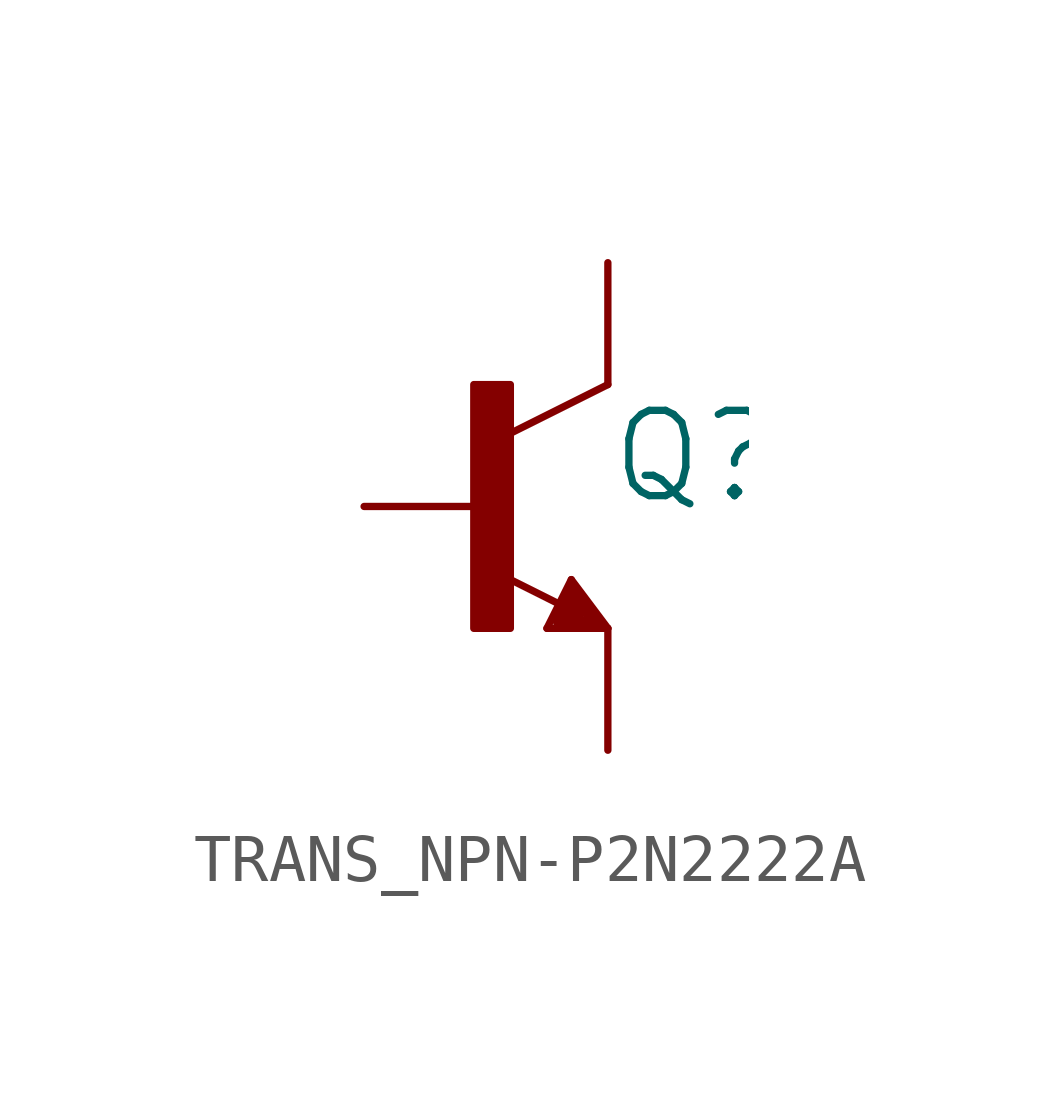
<source format=kicad_sym>
(kicad_symbol_lib
  (version 20241209)
  (generator "kicad_symbol_editor")
  (generator_version "9.0")
  (symbol "TRANS_NPN-P2N2222A"
    (property "Reference" "Q"
      (at 2.54 0 0)
      (effects (font (size 1.778 1.778)) (justify left bottom)))
    (property "Value" ""
      (at 2.54 -2.286 0)
      (effects (font (size 1.778 1.778)) (justify left bottom)))
    (property "ki_locked" ""
      (at 0 0 0)
      (effects (font (size 1.27 1.27))))
    (symbol "TRANS_NPN-P2N2222A_1_0"
      (rectangle (start -0.254 -2.54) (end 0.508 2.54) (stroke (width 0) (type default)) (fill (type outline)))
      (polyline (pts (xy 1.27 -2.54) (xy 1.778 -1.524)) (stroke (width 0.152) (type solid)) (fill (type none)))
      (polyline (pts (xy 1.524 -2.286) (xy 1.905 -2.286)) (stroke (width 0.254) (type solid)) (fill (type none)))
      (polyline (pts (xy 1.524 -2.413) (xy 2.286 -2.413)) (stroke (width 0.254) (type solid)) (fill (type none)))
      (polyline (pts (xy 1.54 -2.04) (xy 0.308 -1.424)) (stroke (width 0.152) (type solid)) (fill (type none)))
      (polyline (pts (xy 1.778 -1.524) (xy 2.54 -2.54)) (stroke (width 0.152) (type solid)) (fill (type none)))
      (polyline (pts (xy 1.778 -1.778) (xy 1.524 -2.286)) (stroke (width 0.254) (type solid)) (fill (type none)))
      (polyline (pts (xy 1.905 -2.286) (xy 1.778 -2.032)) (stroke (width 0.254) (type solid)) (fill (type none)))
      (polyline (pts (xy 2.286 -2.413) (xy 1.778 -1.778)) (stroke (width 0.254) (type solid)) (fill (type none)))
      (polyline (pts (xy 2.54 2.54) (xy 0.508 1.524)) (stroke (width 0.152) (type solid)) (fill (type none)))
      (polyline (pts (xy 2.54 -2.54) (xy 1.27 -2.54)) (stroke (width 0.152) (type solid)) (fill (type none)))
      (pin passive line (at -2.54 0 0) (length 2.54) (name "B" (effects (font (size 0 0)))) (number "2" (effects (font (size 0 0)))))
      (pin passive line (at 2.54 5.08 270) (length 2.54) (name "C" (effects (font (size 0 0)))) (number "1" (effects (font (size 0 0)))))
      (pin passive line (at 2.54 -5.08 90) (length 2.54) (name "E" (effects (font (size 0 0)))) (number "3" (effects (font (size 0 0))))))))
</source>
